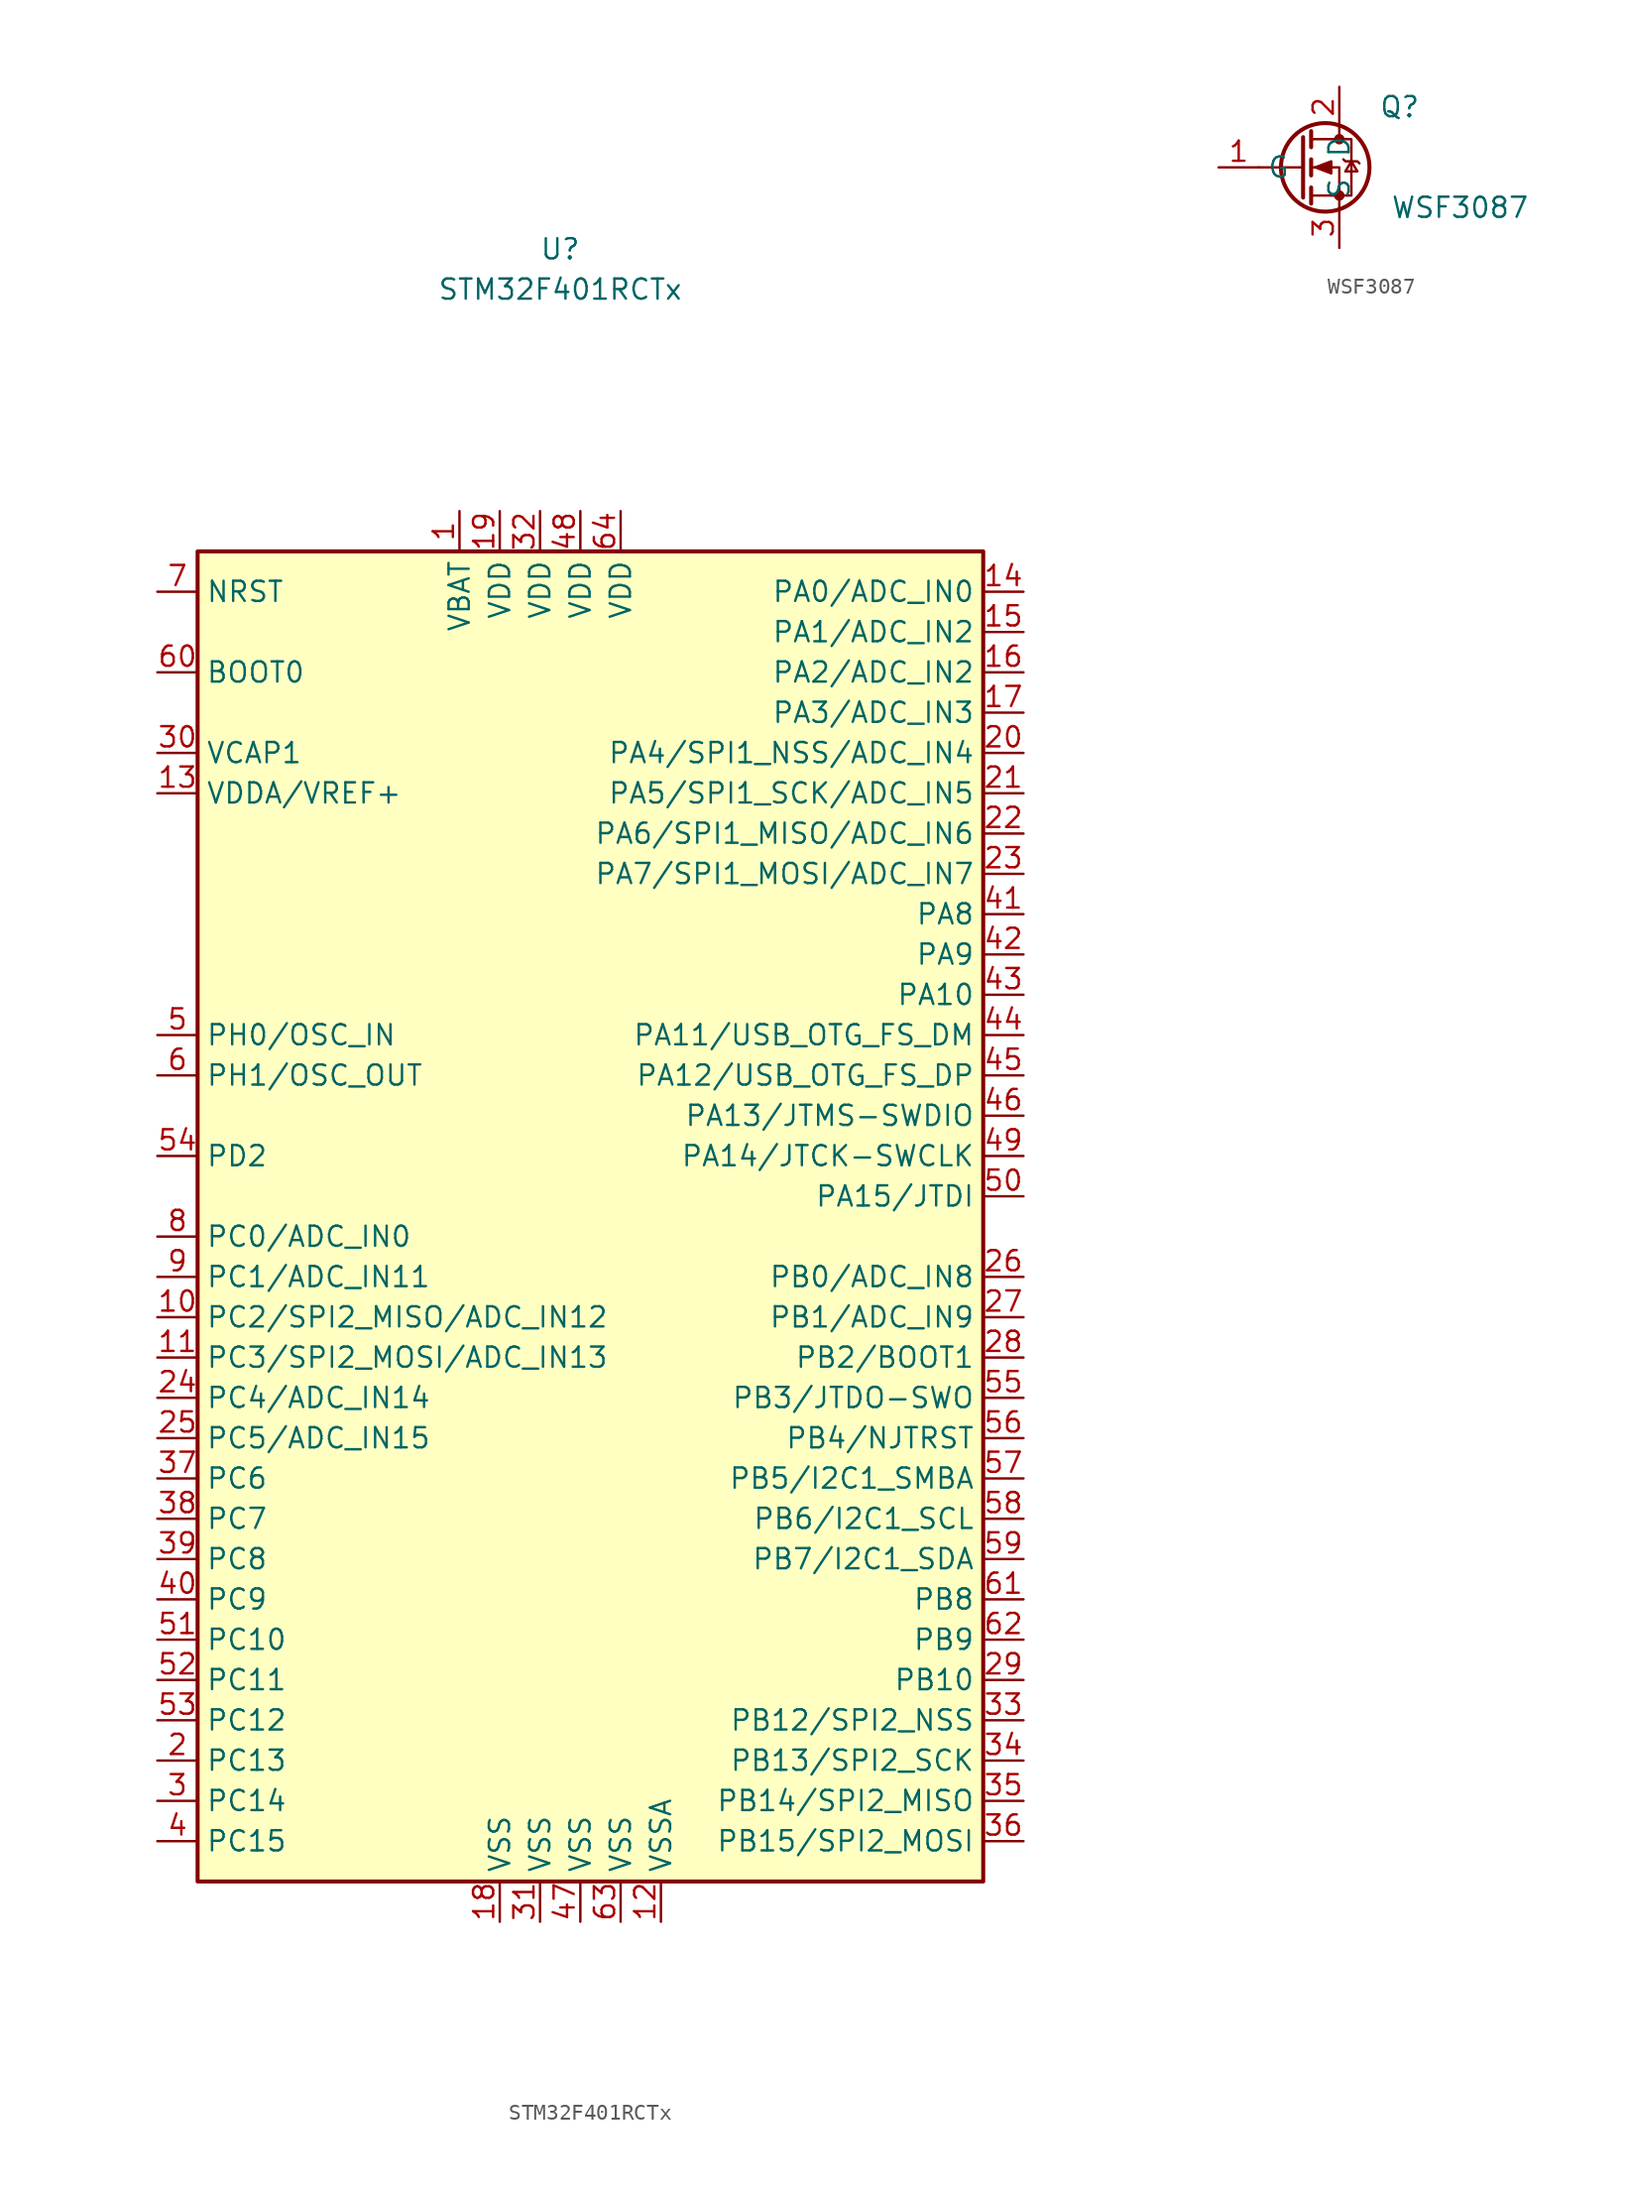
<source format=kicad_sym>
(kicad_symbol_lib
  (version 20211014)
  (generator kicad_symbol_editor)
  (symbol "STM32F401RCTx"
    (property "Reference" "U"
      (at 0 2.54 0)
      (effects (font (size 1.27 1.27))))
    (property "Value" "STM32F401RCTx"
      (at 0 0 0)
      (effects (font (size 1.27 1.27))))
    (symbol "STM32F401RCTx_0_1"
      (rectangle (start -22.86 -16.51) (end 26.67 -100.33) (stroke (width 0.254) (type default) (color 0 0 0 0)) (fill (type background))))
    (symbol "STM32F401RCTx_1_1"
      (pin power_in line (at -6.35 -13.97 270) (length 2.54) (name "VBAT" (effects (font (size 1.27 1.27)))) (number "1" (effects (font (size 1.27 1.27)))))
      (pin bidirectional line (at -25.4 -64.77 0) (length 2.54) (name "PC2/SPI2_MISO/ADC_IN12" (effects (font (size 1.27 1.27)))) (number "10" (effects (font (size 1.27 1.27)))))
      (pin bidirectional line (at -25.4 -67.31 0) (length 2.54) (name "PC3/SPI2_MOSI/ADC_IN13" (effects (font (size 1.27 1.27)))) (number "11" (effects (font (size 1.27 1.27)))))
      (pin power_in line (at 6.35 -102.87 90) (length 2.54) (name "VSSA" (effects (font (size 1.27 1.27)))) (number "12" (effects (font (size 1.27 1.27)))))
      (pin power_in line (at -25.4 -31.75 0) (length 2.54) (name "VDDA/VREF+" (effects (font (size 1.27 1.27)))) (number "13" (effects (font (size 1.27 1.27)))))
      (pin bidirectional line (at 29.21 -19.05 180) (length 2.54) (name "PA0/ADC_IN0" (effects (font (size 1.27 1.27)))) (number "14" (effects (font (size 1.27 1.27)))))
      (pin bidirectional line (at 29.21 -21.59 180) (length 2.54) (name "PA1/ADC_IN2" (effects (font (size 1.27 1.27)))) (number "15" (effects (font (size 1.27 1.27)))))
      (pin bidirectional line (at 29.21 -24.13 180) (length 2.54) (name "PA2/ADC_IN2" (effects (font (size 1.27 1.27)))) (number "16" (effects (font (size 1.27 1.27)))))
      (pin bidirectional line (at 29.21 -26.67 180) (length 2.54) (name "PA3/ADC_IN3" (effects (font (size 1.27 1.27)))) (number "17" (effects (font (size 1.27 1.27)))))
      (pin power_in line (at -3.81 -102.87 90) (length 2.54) (name "VSS" (effects (font (size 1.27 1.27)))) (number "18" (effects (font (size 1.27 1.27)))))
      (pin power_in line (at -3.81 -13.97 270) (length 2.54) (name "VDD" (effects (font (size 1.27 1.27)))) (number "19" (effects (font (size 1.27 1.27)))))
      (pin bidirectional line (at -25.4 -92.71 0) (length 2.54) (name "PC13" (effects (font (size 1.27 1.27)))) (number "2" (effects (font (size 1.27 1.27)))))
      (pin bidirectional line (at 29.21 -29.21 180) (length 2.54) (name "PA4/SPI1_NSS/ADC_IN4" (effects (font (size 1.27 1.27)))) (number "20" (effects (font (size 1.27 1.27)))))
      (pin bidirectional line (at 29.21 -31.75 180) (length 2.54) (name "PA5/SPI1_SCK/ADC_IN5" (effects (font (size 1.27 1.27)))) (number "21" (effects (font (size 1.27 1.27)))))
      (pin bidirectional line (at 29.21 -34.29 180) (length 2.54) (name "PA6/SPI1_MISO/ADC_IN6" (effects (font (size 1.27 1.27)))) (number "22" (effects (font (size 1.27 1.27)))))
      (pin bidirectional line (at 29.21 -36.83 180) (length 2.54) (name "PA7/SPI1_MOSI/ADC_IN7" (effects (font (size 1.27 1.27)))) (number "23" (effects (font (size 1.27 1.27)))))
      (pin bidirectional line (at -25.4 -69.85 0) (length 2.54) (name "PC4/ADC_IN14" (effects (font (size 1.27 1.27)))) (number "24" (effects (font (size 1.27 1.27)))))
      (pin bidirectional line (at -25.4 -72.39 0) (length 2.54) (name "PC5/ADC_IN15" (effects (font (size 1.27 1.27)))) (number "25" (effects (font (size 1.27 1.27)))))
      (pin bidirectional line (at 29.21 -62.23 180) (length 2.54) (name "PB0/ADC_IN8" (effects (font (size 1.27 1.27)))) (number "26" (effects (font (size 1.27 1.27)))))
      (pin bidirectional line (at 29.21 -64.77 180) (length 2.54) (name "PB1/ADC_IN9" (effects (font (size 1.27 1.27)))) (number "27" (effects (font (size 1.27 1.27)))))
      (pin bidirectional line (at 29.21 -67.31 180) (length 2.54) (name "PB2/BOOT1" (effects (font (size 1.27 1.27)))) (number "28" (effects (font (size 1.27 1.27)))))
      (pin bidirectional line (at 29.21 -87.63 180) (length 2.54) (name "PB10" (effects (font (size 1.27 1.27)))) (number "29" (effects (font (size 1.27 1.27)))))
      (pin bidirectional line (at -25.4 -95.25 0) (length 2.54) (name "PC14" (effects (font (size 1.27 1.27)))) (number "3" (effects (font (size 1.27 1.27)))))
      (pin power_in line (at -25.4 -29.21 0) (length 2.54) (name "VCAP1" (effects (font (size 1.27 1.27)))) (number "30" (effects (font (size 1.27 1.27)))))
      (pin power_in line (at -1.27 -102.87 90) (length 2.54) (name "VSS" (effects (font (size 1.27 1.27)))) (number "31" (effects (font (size 1.27 1.27)))))
      (pin power_in line (at -1.27 -13.97 270) (length 2.54) (name "VDD" (effects (font (size 1.27 1.27)))) (number "32" (effects (font (size 1.27 1.27)))))
      (pin bidirectional line (at 29.21 -90.17 180) (length 2.54) (name "PB12/SPI2_NSS" (effects (font (size 1.27 1.27)))) (number "33" (effects (font (size 1.27 1.27)))))
      (pin bidirectional line (at 29.21 -92.71 180) (length 2.54) (name "PB13/SPI2_SCK" (effects (font (size 1.27 1.27)))) (number "34" (effects (font (size 1.27 1.27)))))
      (pin bidirectional line (at 29.21 -95.25 180) (length 2.54) (name "PB14/SPI2_MISO" (effects (font (size 1.27 1.27)))) (number "35" (effects (font (size 1.27 1.27)))))
      (pin bidirectional line (at 29.21 -97.79 180) (length 2.54) (name "PB15/SPI2_MOSI" (effects (font (size 1.27 1.27)))) (number "36" (effects (font (size 1.27 1.27)))))
      (pin bidirectional line (at -25.4 -74.93 0) (length 2.54) (name "PC6" (effects (font (size 1.27 1.27)))) (number "37" (effects (font (size 1.27 1.27)))))
      (pin bidirectional line (at -25.4 -77.47 0) (length 2.54) (name "PC7" (effects (font (size 1.27 1.27)))) (number "38" (effects (font (size 1.27 1.27)))))
      (pin bidirectional line (at -25.4 -80.01 0) (length 2.54) (name "PC8" (effects (font (size 1.27 1.27)))) (number "39" (effects (font (size 1.27 1.27)))))
      (pin bidirectional line (at -25.4 -97.79 0) (length 2.54) (name "PC15" (effects (font (size 1.27 1.27)))) (number "4" (effects (font (size 1.27 1.27)))))
      (pin bidirectional line (at -25.4 -82.55 0) (length 2.54) (name "PC9" (effects (font (size 1.27 1.27)))) (number "40" (effects (font (size 1.27 1.27)))))
      (pin bidirectional line (at 29.21 -39.37 180) (length 2.54) (name "PA8" (effects (font (size 1.27 1.27)))) (number "41" (effects (font (size 1.27 1.27)))))
      (pin bidirectional line (at 29.21 -41.91 180) (length 2.54) (name "PA9" (effects (font (size 1.27 1.27)))) (number "42" (effects (font (size 1.27 1.27)))))
      (pin bidirectional line (at 29.21 -44.45 180) (length 2.54) (name "PA10" (effects (font (size 1.27 1.27)))) (number "43" (effects (font (size 1.27 1.27)))))
      (pin bidirectional line (at 29.21 -46.99 180) (length 2.54) (name "PA11/USB_OTG_FS_DM" (effects (font (size 1.27 1.27)))) (number "44" (effects (font (size 1.27 1.27)))))
      (pin bidirectional line (at 29.21 -49.53 180) (length 2.54) (name "PA12/USB_OTG_FS_DP" (effects (font (size 1.27 1.27)))) (number "45" (effects (font (size 1.27 1.27)))))
      (pin bidirectional line (at 29.21 -52.07 180) (length 2.54) (name "PA13/JTMS-SWDIO" (effects (font (size 1.27 1.27)))) (number "46" (effects (font (size 1.27 1.27)))))
      (pin power_in line (at 1.27 -102.87 90) (length 2.54) (name "VSS" (effects (font (size 1.27 1.27)))) (number "47" (effects (font (size 1.27 1.27)))))
      (pin power_in line (at 1.27 -13.97 270) (length 2.54) (name "VDD" (effects (font (size 1.27 1.27)))) (number "48" (effects (font (size 1.27 1.27)))))
      (pin bidirectional line (at 29.21 -54.61 180) (length 2.54) (name "PA14/JTCK-SWCLK" (effects (font (size 1.27 1.27)))) (number "49" (effects (font (size 1.27 1.27)))))
      (pin input line (at -25.4 -46.99 0) (length 2.54) (name "PH0/OSC_IN" (effects (font (size 1.27 1.27)))) (number "5" (effects (font (size 1.27 1.27)))))
      (pin bidirectional line (at 29.21 -57.15 180) (length 2.54) (name "PA15/JTDI" (effects (font (size 1.27 1.27)))) (number "50" (effects (font (size 1.27 1.27)))))
      (pin bidirectional line (at -25.4 -85.09 0) (length 2.54) (name "PC10" (effects (font (size 1.27 1.27)))) (number "51" (effects (font (size 1.27 1.27)))))
      (pin bidirectional line (at -25.4 -87.63 0) (length 2.54) (name "PC11" (effects (font (size 1.27 1.27)))) (number "52" (effects (font (size 1.27 1.27)))))
      (pin bidirectional line (at -25.4 -90.17 0) (length 2.54) (name "PC12" (effects (font (size 1.27 1.27)))) (number "53" (effects (font (size 1.27 1.27)))))
      (pin bidirectional line (at -25.4 -54.61 0) (length 2.54) (name "PD2" (effects (font (size 1.27 1.27)))) (number "54" (effects (font (size 1.27 1.27)))))
      (pin bidirectional line (at 29.21 -69.85 180) (length 2.54) (name "PB3/JTDO-SWO" (effects (font (size 1.27 1.27)))) (number "55" (effects (font (size 1.27 1.27)))))
      (pin bidirectional line (at 29.21 -72.39 180) (length 2.54) (name "PB4/NJTRST" (effects (font (size 1.27 1.27)))) (number "56" (effects (font (size 1.27 1.27)))))
      (pin bidirectional line (at 29.21 -74.93 180) (length 2.54) (name "PB5/I2C1_SMBA" (effects (font (size 1.27 1.27)))) (number "57" (effects (font (size 1.27 1.27)))))
      (pin bidirectional line (at 29.21 -77.47 180) (length 2.54) (name "PB6/I2C1_SCL" (effects (font (size 1.27 1.27)))) (number "58" (effects (font (size 1.27 1.27)))))
      (pin bidirectional line (at 29.21 -80.01 180) (length 2.54) (name "PB7/I2C1_SDA" (effects (font (size 1.27 1.27)))) (number "59" (effects (font (size 1.27 1.27)))))
      (pin input line (at -25.4 -49.53 0) (length 2.54) (name "PH1/OSC_OUT" (effects (font (size 1.27 1.27)))) (number "6" (effects (font (size 1.27 1.27)))))
      (pin input line (at -25.4 -24.13 0) (length 2.54) (name "BOOT0" (effects (font (size 1.27 1.27)))) (number "60" (effects (font (size 1.27 1.27)))))
      (pin bidirectional line (at 29.21 -82.55 180) (length 2.54) (name "PB8" (effects (font (size 1.27 1.27)))) (number "61" (effects (font (size 1.27 1.27)))))
      (pin bidirectional line (at 29.21 -85.09 180) (length 2.54) (name "PB9" (effects (font (size 1.27 1.27)))) (number "62" (effects (font (size 1.27 1.27)))))
      (pin power_in line (at 3.81 -102.87 90) (length 2.54) (name "VSS" (effects (font (size 1.27 1.27)))) (number "63" (effects (font (size 1.27 1.27)))))
      (pin power_in line (at 3.81 -13.97 270) (length 2.54) (name "VDD" (effects (font (size 1.27 1.27)))) (number "64" (effects (font (size 1.27 1.27)))))
      (pin input line (at -25.4 -19.05 0) (length 2.54) (name "NRST" (effects (font (size 1.27 1.27)))) (number "7" (effects (font (size 1.27 1.27)))))
      (pin bidirectional line (at -25.4 -59.69 0) (length 2.54) (name "PC0/ADC_IN0" (effects (font (size 1.27 1.27)))) (number "8" (effects (font (size 1.27 1.27)))))
      (pin bidirectional line (at -25.4 -62.23 0) (length 2.54) (name "PC1/ADC_IN11" (effects (font (size 1.27 1.27)))) (number "9" (effects (font (size 1.27 1.27)))))))
  (symbol "WSF3087"
    (property "Reference" "Q"
      (at 5.08 3.81 0)
      (effects (font (size 1.27 1.27))))
    (property "Value" "WSF3087"
      (at 8.89 -2.54 0)
      (effects (font (size 1.27 1.27))))
    (symbol "WSF3087_0_1"
      (polyline (pts (xy -1.016 0) (xy -3.81 0)) (stroke (width 0) (type default) (color 0 0 0 0)) (fill (type none)))
      (polyline (pts (xy -1.016 1.905) (xy -1.016 -1.905)) (stroke (width 0.254) (type default) (color 0 0 0 0)) (fill (type none)))
      (polyline (pts (xy -0.508 -1.27) (xy -0.508 -2.286)) (stroke (width 0.254) (type default) (color 0 0 0 0)) (fill (type none)))
      (polyline (pts (xy -0.508 0.508) (xy -0.508 -0.508)) (stroke (width 0.254) (type default) (color 0 0 0 0)) (fill (type none)))
      (polyline (pts (xy -0.508 2.286) (xy -0.508 1.27)) (stroke (width 0.254) (type default) (color 0 0 0 0)) (fill (type none)))
      (polyline (pts (xy 1.27 2.54) (xy 1.27 1.778)) (stroke (width 0) (type default) (color 0 0 0 0)) (fill (type none)))
      (polyline (pts (xy 1.27 -2.54) (xy 1.27 0) (xy -0.508 0)) (stroke (width 0) (type default) (color 0 0 0 0)) (fill (type none)))
      (polyline (pts (xy -0.508 -1.778) (xy 2.032 -1.778) (xy 2.032 1.778) (xy -0.508 1.778)) (stroke (width 0) (type default) (color 0 0 0 0)) (fill (type none)))
      (polyline (pts (xy -0.254 0) (xy 0.762 0.381) (xy 0.762 -0.381) (xy -0.254 0)) (stroke (width 0) (type default) (color 0 0 0 0)) (fill (type outline)))
      (polyline (pts (xy 1.524 0.508) (xy 1.651 0.381) (xy 2.413 0.381) (xy 2.54 0.254)) (stroke (width 0) (type default) (color 0 0 0 0)) (fill (type none)))
      (polyline (pts (xy 2.032 0.381) (xy 1.651 -0.254) (xy 2.413 -0.254) (xy 2.032 0.381)) (stroke (width 0) (type default) (color 0 0 0 0)) (fill (type none)))
      (circle (center 0.381 0) (radius 2.794) (stroke (width 0.254) (type default) (color 0 0 0 0)) (fill (type none)))
      (circle (center 1.27 -1.778) (radius 0.254) (stroke (width 0) (type default) (color 0 0 0 0)) (fill (type outline)))
      (circle (center 1.27 1.778) (radius 0.254) (stroke (width 0) (type default) (color 0 0 0 0)) (fill (type outline))))
    (symbol "WSF3087_1_1"
      (pin input line (at -6.35 0 0) (length 2.54) (name "G" (effects (font (size 1.27 1.27)))) (number "1" (effects (font (size 1.27 1.27)))))
      (pin passive line (at 1.27 5.08 270) (length 2.54) (name "D" (effects (font (size 1.27 1.27)))) (number "2" (effects (font (size 1.27 1.27)))))
      (pin passive line (at 1.27 -5.08 90) (length 2.54) (name "S" (effects (font (size 1.27 1.27)))) (number "3" (effects (font (size 1.27 1.27))))))))
</source>
